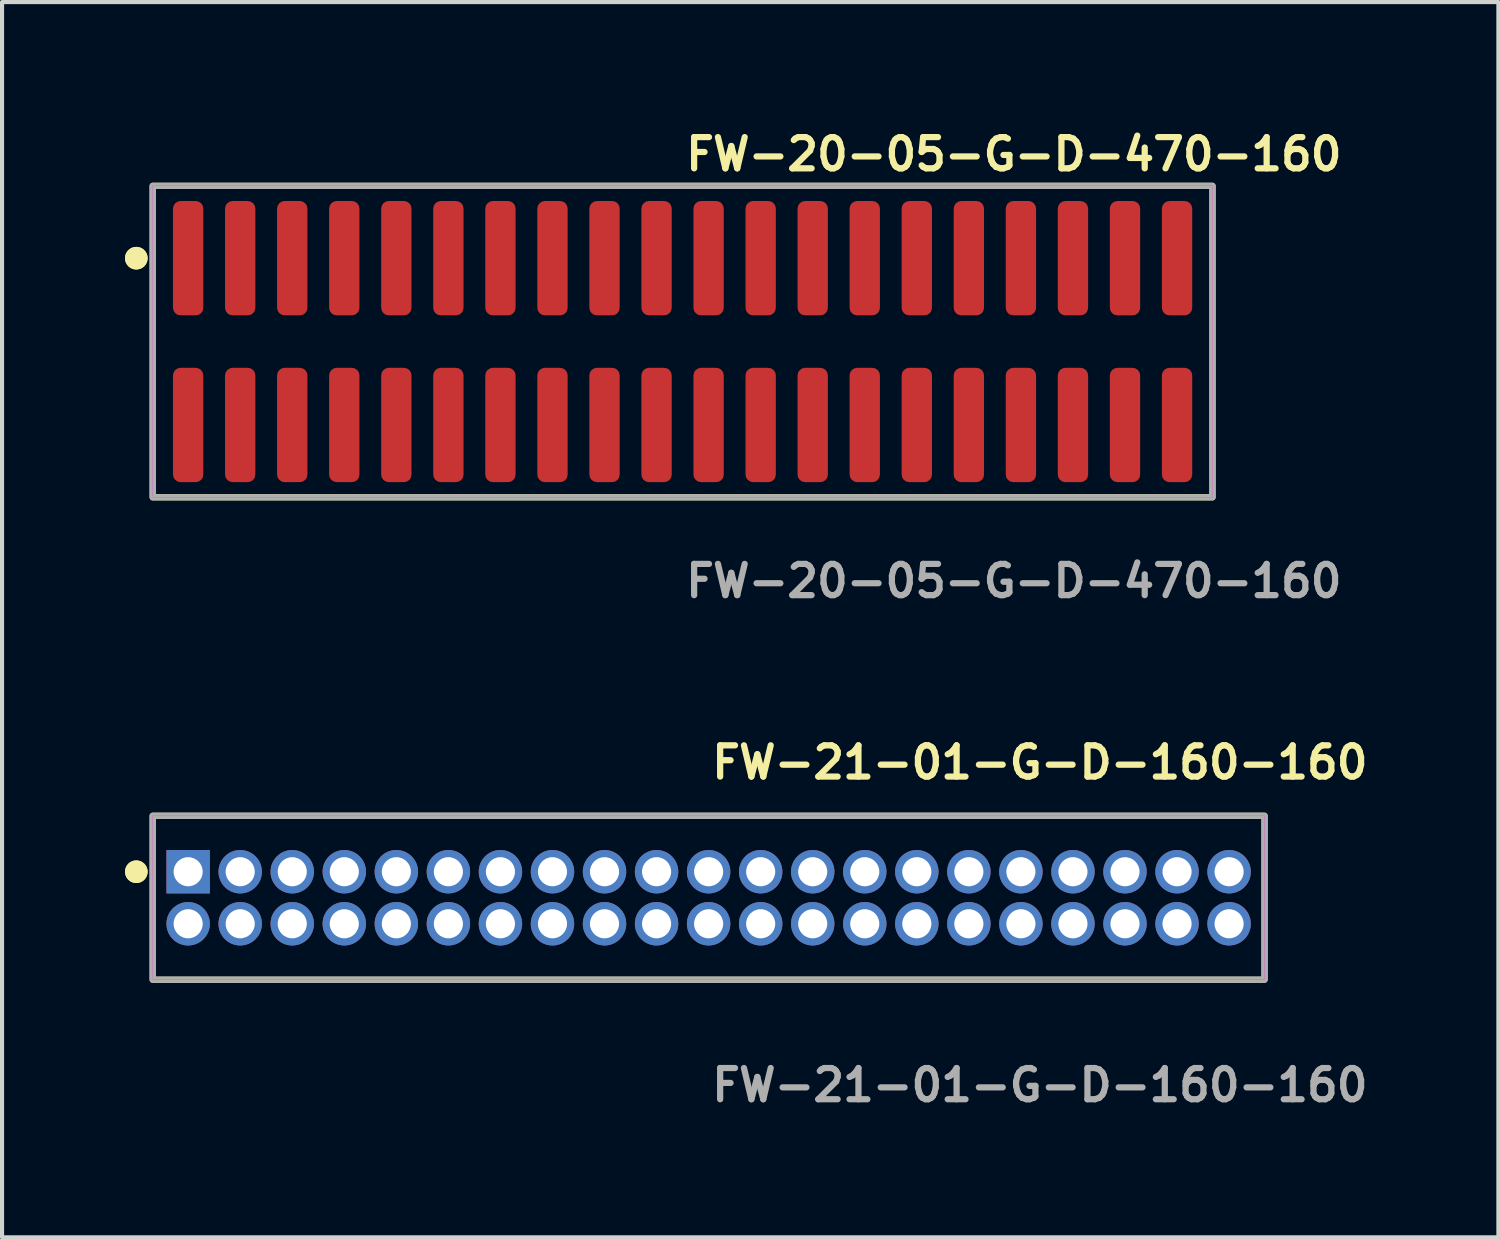
<source format=kicad_pcb>
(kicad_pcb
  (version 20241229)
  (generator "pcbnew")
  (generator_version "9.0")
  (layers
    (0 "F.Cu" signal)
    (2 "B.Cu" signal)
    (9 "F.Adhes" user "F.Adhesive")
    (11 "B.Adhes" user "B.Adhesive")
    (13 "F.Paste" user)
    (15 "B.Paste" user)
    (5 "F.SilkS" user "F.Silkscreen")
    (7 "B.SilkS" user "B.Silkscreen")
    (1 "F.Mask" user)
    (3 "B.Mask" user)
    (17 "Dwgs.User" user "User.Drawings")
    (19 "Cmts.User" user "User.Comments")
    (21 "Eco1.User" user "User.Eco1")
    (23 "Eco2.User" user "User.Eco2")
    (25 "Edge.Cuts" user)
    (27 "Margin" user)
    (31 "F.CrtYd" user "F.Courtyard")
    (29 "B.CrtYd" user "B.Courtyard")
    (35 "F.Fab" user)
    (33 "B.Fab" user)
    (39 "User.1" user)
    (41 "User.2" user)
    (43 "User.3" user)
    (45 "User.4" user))
  (footprint "FW-20-05-G-D-470-160"
    (layer "F.Cu")
    (at 13.606 5.285)
    (property "Reference" "FW-20-05-G-D-470-160" (at 0 -4.572 0) (unlocked yes) (layer "F.SilkS") (effects (font (size 0.762 0.762) (thickness 0.152)) (justify left)))
    (fp_rect (start -12.93 3.8) (end 12.93 -3.8) (stroke (width 0.152) (type solid)) (fill no) (layer "F.SilkS"))
    (fp_circle (center -13.33 -2.035) (end -13.53 -2.035) (stroke (width 0.152) (type solid)) (fill yes) (layer "F.SilkS"))
    (fp_circle (center -13.33 -2.035) (end -13.53 -2.035) (stroke (width 0.152) (type solid)) (fill yes) (layer "F.SilkS"))
    (fp_rect (start -12.93 3.8) (end 12.93 -3.8) (stroke (width 0.006) (type solid)) (fill no) (layer "F.CrtYd"))
    (fp_rect (start -12.93 3.8) (end 12.93 -3.8) (stroke (width 0.152) (type solid)) (fill no) (layer "F.Fab"))
    (fp_text user "${REFERENCE}" (at 0 5.842 0) (unlocked yes) (layer "F.Fab") (effects (font (size 0.762 0.762) (thickness 0.152)) (justify left)))
    (pad "1" smd roundrect (at -12.065 -2.035) (size 0.74 2.79) (layers "F.Cu" "F.Paste") (roundrect_rratio 0.25))
    (pad "2" smd roundrect (at -12.065 2.035) (size 0.74 2.79) (layers "F.Cu" "F.Paste") (roundrect_rratio 0.25))
    (pad "3" smd roundrect (at -10.795 -2.035) (size 0.74 2.79) (layers "F.Cu" "F.Paste") (roundrect_rratio 0.25))
    (pad "4" smd roundrect (at -10.795 2.035) (size 0.74 2.79) (layers "F.Cu" "F.Paste") (roundrect_rratio 0.25))
    (pad "5" smd roundrect (at -9.525 -2.035) (size 0.74 2.79) (layers "F.Cu" "F.Paste") (roundrect_rratio 0.25))
    (pad "6" smd roundrect (at -9.525 2.035) (size 0.74 2.79) (layers "F.Cu" "F.Paste") (roundrect_rratio 0.25))
    (pad "7" smd roundrect (at -8.255 -2.035) (size 0.74 2.79) (layers "F.Cu" "F.Paste") (roundrect_rratio 0.25))
    (pad "8" smd roundrect (at -8.255 2.035) (size 0.74 2.79) (layers "F.Cu" "F.Paste") (roundrect_rratio 0.25))
    (pad "9" smd roundrect (at -6.985 -2.035) (size 0.74 2.79) (layers "F.Cu" "F.Paste") (roundrect_rratio 0.25))
    (pad "10" smd roundrect (at -6.985 2.035) (size 0.74 2.79) (layers "F.Cu" "F.Paste") (roundrect_rratio 0.25))
    (pad "11" smd roundrect (at -5.715 -2.035) (size 0.74 2.79) (layers "F.Cu" "F.Paste") (roundrect_rratio 0.25))
    (pad "12" smd roundrect (at -5.715 2.035) (size 0.74 2.79) (layers "F.Cu" "F.Paste") (roundrect_rratio 0.25))
    (pad "13" smd roundrect (at -4.445 -2.035) (size 0.74 2.79) (layers "F.Cu" "F.Paste") (roundrect_rratio 0.25))
    (pad "14" smd roundrect (at -4.445 2.035) (size 0.74 2.79) (layers "F.Cu" "F.Paste") (roundrect_rratio 0.25))
    (pad "15" smd roundrect (at -3.175 -2.035) (size 0.74 2.79) (layers "F.Cu" "F.Paste") (roundrect_rratio 0.25))
    (pad "16" smd roundrect (at -3.175 2.035) (size 0.74 2.79) (layers "F.Cu" "F.Paste") (roundrect_rratio 0.25))
    (pad "17" smd roundrect (at -1.905 -2.035) (size 0.74 2.79) (layers "F.Cu" "F.Paste") (roundrect_rratio 0.25))
    (pad "18" smd roundrect (at -1.905 2.035) (size 0.74 2.79) (layers "F.Cu" "F.Paste") (roundrect_rratio 0.25))
    (pad "19" smd roundrect (at -0.635 -2.035) (size 0.74 2.79) (layers "F.Cu" "F.Paste") (roundrect_rratio 0.25))
    (pad "20" smd roundrect (at -0.635 2.035) (size 0.74 2.79) (layers "F.Cu" "F.Paste") (roundrect_rratio 0.25))
    (pad "21" smd roundrect (at 0.635 -2.035) (size 0.74 2.79) (layers "F.Cu" "F.Paste") (roundrect_rratio 0.25))
    (pad "22" smd roundrect (at 0.635 2.035) (size 0.74 2.79) (layers "F.Cu" "F.Paste") (roundrect_rratio 0.25))
    (pad "23" smd roundrect (at 1.905 -2.035) (size 0.74 2.79) (layers "F.Cu" "F.Paste") (roundrect_rratio 0.25))
    (pad "24" smd roundrect (at 1.905 2.035) (size 0.74 2.79) (layers "F.Cu" "F.Paste") (roundrect_rratio 0.25))
    (pad "25" smd roundrect (at 3.175 -2.035) (size 0.74 2.79) (layers "F.Cu" "F.Paste") (roundrect_rratio 0.25))
    (pad "26" smd roundrect (at 3.175 2.035) (size 0.74 2.79) (layers "F.Cu" "F.Paste") (roundrect_rratio 0.25))
    (pad "27" smd roundrect (at 4.445 -2.035) (size 0.74 2.79) (layers "F.Cu" "F.Paste") (roundrect_rratio 0.25))
    (pad "28" smd roundrect (at 4.445 2.035) (size 0.74 2.79) (layers "F.Cu" "F.Paste") (roundrect_rratio 0.25))
    (pad "29" smd roundrect (at 5.715 -2.035) (size 0.74 2.79) (layers "F.Cu" "F.Paste") (roundrect_rratio 0.25))
    (pad "30" smd roundrect (at 5.715 2.035) (size 0.74 2.79) (layers "F.Cu" "F.Paste") (roundrect_rratio 0.25))
    (pad "31" smd roundrect (at 6.985 -2.035) (size 0.74 2.79) (layers "F.Cu" "F.Paste") (roundrect_rratio 0.25))
    (pad "32" smd roundrect (at 6.985 2.035) (size 0.74 2.79) (layers "F.Cu" "F.Paste") (roundrect_rratio 0.25))
    (pad "33" smd roundrect (at 8.255 -2.035) (size 0.74 2.79) (layers "F.Cu" "F.Paste") (roundrect_rratio 0.25))
    (pad "34" smd roundrect (at 8.255 2.035) (size 0.74 2.79) (layers "F.Cu" "F.Paste") (roundrect_rratio 0.25))
    (pad "35" smd roundrect (at 9.525 -2.035) (size 0.74 2.79) (layers "F.Cu" "F.Paste") (roundrect_rratio 0.25))
    (pad "36" smd roundrect (at 9.525 2.035) (size 0.74 2.79) (layers "F.Cu" "F.Paste") (roundrect_rratio 0.25))
    (pad "37" smd roundrect (at 10.795 -2.035) (size 0.74 2.79) (layers "F.Cu" "F.Paste") (roundrect_rratio 0.25))
    (pad "38" smd roundrect (at 10.795 2.035) (size 0.74 2.79) (layers "F.Cu" "F.Paste") (roundrect_rratio 0.25))
    (pad "39" smd roundrect (at 12.065 -2.035) (size 0.74 2.79) (layers "F.Cu" "F.Paste") (roundrect_rratio 0.25))
    (pad "40" smd roundrect (at 12.065 2.035) (size 0.74 2.79) (layers "F.Cu" "F.Paste") (roundrect_rratio 0.25)))
  (footprint "FW-21-01-G-D-160-160"
    (layer "F.Cu")
    (at 14.241 18.856)
    (property "Reference" "FW-21-01-G-D-160-160" (at 0 -3.302 0) (unlocked yes) (layer "F.SilkS") (effects (font (size 0.762 0.762) (thickness 0.152)) (justify left)))
    (fp_rect (start -13.565 2) (end 13.565 -2) (stroke (width 0.152) (type solid)) (fill no) (layer "F.SilkS"))
    (fp_circle (center -13.965 -0.635) (end -14.165 -0.635) (stroke (width 0.152) (type solid)) (fill yes) (layer "F.SilkS"))
    (fp_circle (center -13.965 -0.635) (end -14.165 -0.635) (stroke (width 0.152) (type solid)) (fill yes) (layer "F.SilkS"))
    (fp_rect (start -13.565 2) (end 13.565 -2) (stroke (width 0.006) (type solid)) (fill no) (layer "F.CrtYd"))
    (fp_rect (start -13.565 2) (end 13.565 -2) (stroke (width 0.152) (type solid)) (fill no) (layer "F.Fab"))
    (fp_text user "${REFERENCE}" (at 0 4.572 0) (unlocked yes) (layer "F.Fab") (effects (font (size 0.762 0.762) (thickness 0.152)) (justify left)))
    (pad "1" thru_hole rect (at -12.7 -0.635) (size 1.06 1.06) (drill 0.71) (layers "*.Cu" "*.Mask"))
    (pad "2" thru_hole circle (at -12.7 0.635) (size 1.06 1.06) (drill 0.71) (layers "*.Cu" "*.Mask"))
    (pad "3" thru_hole circle (at -11.43 -0.635) (size 1.06 1.06) (drill 0.71) (layers "*.Cu" "*.Mask"))
    (pad "4" thru_hole circle (at -11.43 0.635) (size 1.06 1.06) (drill 0.71) (layers "*.Cu" "*.Mask"))
    (pad "5" thru_hole circle (at -10.16 -0.635) (size 1.06 1.06) (drill 0.71) (layers "*.Cu" "*.Mask"))
    (pad "6" thru_hole circle (at -10.16 0.635) (size 1.06 1.06) (drill 0.71) (layers "*.Cu" "*.Mask"))
    (pad "7" thru_hole circle (at -8.89 -0.635) (size 1.06 1.06) (drill 0.71) (layers "*.Cu" "*.Mask"))
    (pad "8" thru_hole circle (at -8.89 0.635) (size 1.06 1.06) (drill 0.71) (layers "*.Cu" "*.Mask"))
    (pad "9" thru_hole circle (at -7.62 -0.635) (size 1.06 1.06) (drill 0.71) (layers "*.Cu" "*.Mask"))
    (pad "10" thru_hole circle (at -7.62 0.635) (size 1.06 1.06) (drill 0.71) (layers "*.Cu" "*.Mask"))
    (pad "11" thru_hole circle (at -6.35 -0.635) (size 1.06 1.06) (drill 0.71) (layers "*.Cu" "*.Mask"))
    (pad "12" thru_hole circle (at -6.35 0.635) (size 1.06 1.06) (drill 0.71) (layers "*.Cu" "*.Mask"))
    (pad "13" thru_hole circle (at -5.08 -0.635) (size 1.06 1.06) (drill 0.71) (layers "*.Cu" "*.Mask"))
    (pad "14" thru_hole circle (at -5.08 0.635) (size 1.06 1.06) (drill 0.71) (layers "*.Cu" "*.Mask"))
    (pad "15" thru_hole circle (at -3.81 -0.635) (size 1.06 1.06) (drill 0.71) (layers "*.Cu" "*.Mask"))
    (pad "16" thru_hole circle (at -3.81 0.635) (size 1.06 1.06) (drill 0.71) (layers "*.Cu" "*.Mask"))
    (pad "17" thru_hole circle (at -2.54 -0.635) (size 1.06 1.06) (drill 0.71) (layers "*.Cu" "*.Mask"))
    (pad "18" thru_hole circle (at -2.54 0.635) (size 1.06 1.06) (drill 0.71) (layers "*.Cu" "*.Mask"))
    (pad "19" thru_hole circle (at -1.27 -0.635) (size 1.06 1.06) (drill 0.71) (layers "*.Cu" "*.Mask"))
    (pad "20" thru_hole circle (at -1.27 0.635) (size 1.06 1.06) (drill 0.71) (layers "*.Cu" "*.Mask"))
    (pad "21" thru_hole circle (at 0 -0.635) (size 1.06 1.06) (drill 0.71) (layers "*.Cu" "*.Mask"))
    (pad "22" thru_hole circle (at 0 0.635) (size 1.06 1.06) (drill 0.71) (layers "*.Cu" "*.Mask"))
    (pad "23" thru_hole circle (at 1.27 -0.635) (size 1.06 1.06) (drill 0.71) (layers "*.Cu" "*.Mask"))
    (pad "24" thru_hole circle (at 1.27 0.635) (size 1.06 1.06) (drill 0.71) (layers "*.Cu" "*.Mask"))
    (pad "25" thru_hole circle (at 2.54 -0.635) (size 1.06 1.06) (drill 0.71) (layers "*.Cu" "*.Mask"))
    (pad "26" thru_hole circle (at 2.54 0.635) (size 1.06 1.06) (drill 0.71) (layers "*.Cu" "*.Mask"))
    (pad "27" thru_hole circle (at 3.81 -0.635) (size 1.06 1.06) (drill 0.71) (layers "*.Cu" "*.Mask"))
    (pad "28" thru_hole circle (at 3.81 0.635) (size 1.06 1.06) (drill 0.71) (layers "*.Cu" "*.Mask"))
    (pad "29" thru_hole circle (at 5.08 -0.635) (size 1.06 1.06) (drill 0.71) (layers "*.Cu" "*.Mask"))
    (pad "30" thru_hole circle (at 5.08 0.635) (size 1.06 1.06) (drill 0.71) (layers "*.Cu" "*.Mask"))
    (pad "31" thru_hole circle (at 6.35 -0.635) (size 1.06 1.06) (drill 0.71) (layers "*.Cu" "*.Mask"))
    (pad "32" thru_hole circle (at 6.35 0.635) (size 1.06 1.06) (drill 0.71) (layers "*.Cu" "*.Mask"))
    (pad "33" thru_hole circle (at 7.62 -0.635) (size 1.06 1.06) (drill 0.71) (layers "*.Cu" "*.Mask"))
    (pad "34" thru_hole circle (at 7.62 0.635) (size 1.06 1.06) (drill 0.71) (layers "*.Cu" "*.Mask"))
    (pad "35" thru_hole circle (at 8.89 -0.635) (size 1.06 1.06) (drill 0.71) (layers "*.Cu" "*.Mask"))
    (pad "36" thru_hole circle (at 8.89 0.635) (size 1.06 1.06) (drill 0.71) (layers "*.Cu" "*.Mask"))
    (pad "37" thru_hole circle (at 10.16 -0.635) (size 1.06 1.06) (drill 0.71) (layers "*.Cu" "*.Mask"))
    (pad "38" thru_hole circle (at 10.16 0.635) (size 1.06 1.06) (drill 0.71) (layers "*.Cu" "*.Mask"))
    (pad "39" thru_hole circle (at 11.43 -0.635) (size 1.06 1.06) (drill 0.71) (layers "*.Cu" "*.Mask"))
    (pad "40" thru_hole circle (at 11.43 0.635) (size 1.06 1.06) (drill 0.71) (layers "*.Cu" "*.Mask"))
    (pad "41" thru_hole circle (at 12.7 -0.635) (size 1.06 1.06) (drill 0.71) (layers "*.Cu" "*.Mask"))
    (pad "42" thru_hole circle (at 12.7 0.635) (size 1.06 1.06) (drill 0.71) (layers "*.Cu" "*.Mask")))
  (gr_rect
    (start -3 -3)
    (end 33.512 27.141)
    (stroke (width 0.1) (type default))
    (fill no)
    (layer "Edge.Cuts")))
</source>
